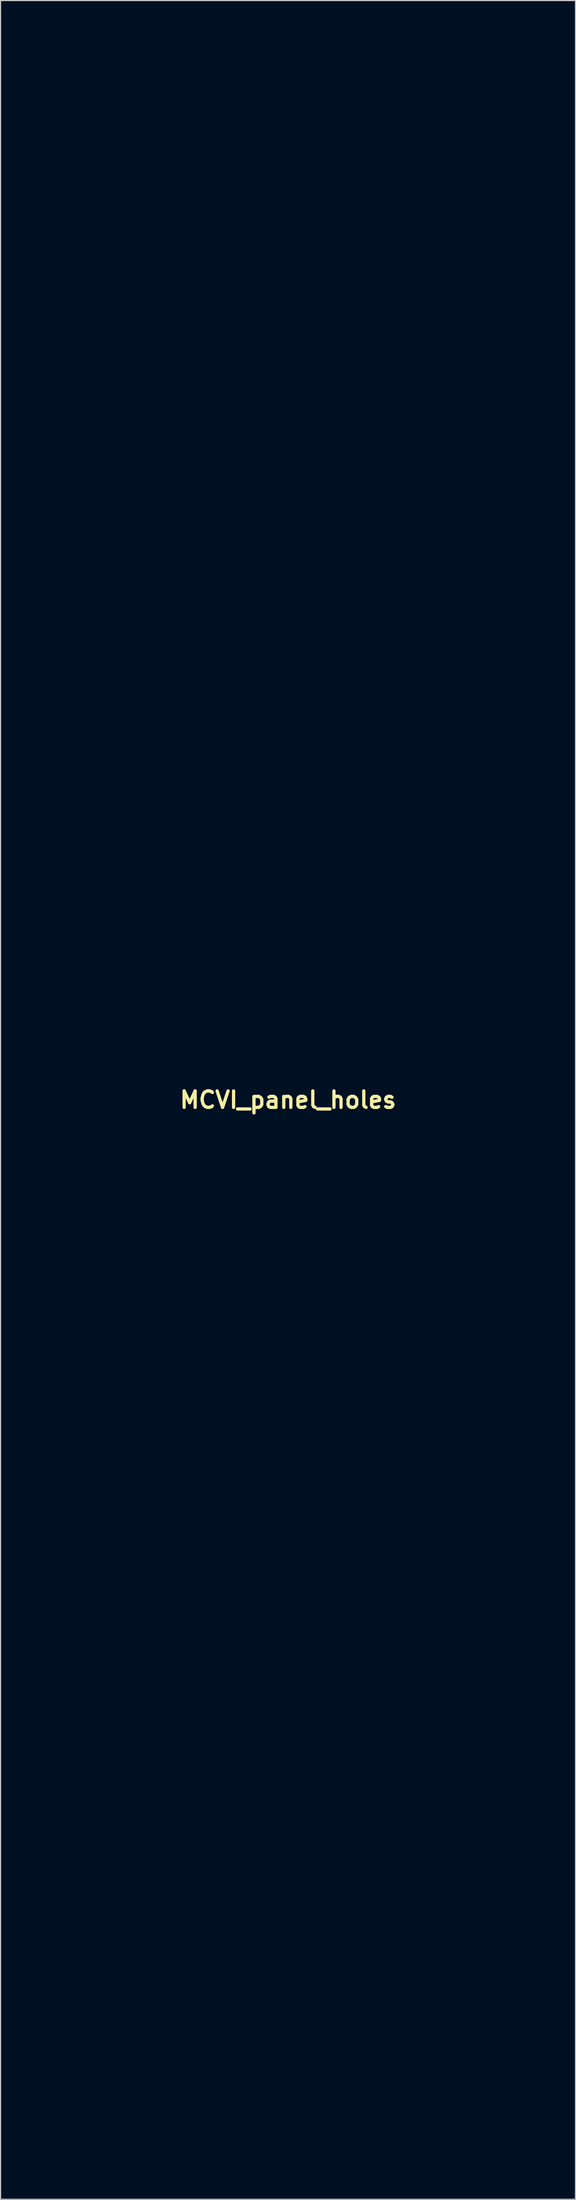
<source format=kicad_pcb>
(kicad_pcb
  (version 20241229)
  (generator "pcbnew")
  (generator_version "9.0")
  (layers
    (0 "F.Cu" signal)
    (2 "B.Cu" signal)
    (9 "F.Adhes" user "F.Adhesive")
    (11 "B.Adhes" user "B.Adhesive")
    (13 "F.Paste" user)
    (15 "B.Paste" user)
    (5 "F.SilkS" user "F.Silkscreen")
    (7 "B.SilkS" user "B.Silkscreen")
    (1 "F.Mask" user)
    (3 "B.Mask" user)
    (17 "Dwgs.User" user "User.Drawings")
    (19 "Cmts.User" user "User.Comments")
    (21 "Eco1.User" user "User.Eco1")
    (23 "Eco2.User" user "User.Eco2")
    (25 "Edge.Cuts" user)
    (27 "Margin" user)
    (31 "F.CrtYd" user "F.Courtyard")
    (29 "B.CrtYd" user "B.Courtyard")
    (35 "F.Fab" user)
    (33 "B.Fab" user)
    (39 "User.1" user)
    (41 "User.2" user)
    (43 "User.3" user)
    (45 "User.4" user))
  (footprint "MCVI_panel_holes"
    (layer "F.Cu")
    (at 23.602 98.606)
    (property "Reference" "MCVI_panel_holes" (at 0 0 0) (layer "F.SilkS") (effects (font (size 1.524 1.524) (thickness 0.3))))
    (attr through_hole)
    (fp_poly (pts (xy 20.963 -7.955) (xy 21.031 -7.884) (xy 21.031 7.884) (xy 20.963 7.955) (xy 20.895 8.026) (xy 9.239 8.026) (xy 9.033 7.827) (xy 8.984 7.78) (xy 8.901 7.701) (xy 8.787 7.592) (xy 8.645 7.457) (xy 8.479 7.299) (xy 8.292 7.12) (xy 8.086 6.924) (xy 7.864 6.713) (xy 7.63 6.491) (xy 7.387 6.259) (xy 7.176 6.058) (xy 6.925 5.82) (xy 6.68 5.586) (xy 6.443 5.361) (xy 6.218 5.147) (xy 6.008 4.946) (xy 5.816 4.763) (xy 5.646 4.601) (xy 5.501 4.461) (xy 5.383 4.348) (xy 5.296 4.265) (xy 5.251 4.222) (xy 4.978 3.955) (xy 4.978 -7.747) (xy 5.232 -7.747) (xy 5.232 3.825) (xy 9.349 7.747) (xy 20.752 7.747) (xy 20.752 -7.747) (xy 5.232 -7.747) (xy 4.978 -7.747) (xy 4.978 -7.916) (xy 5.037 -7.971) (xy 5.096 -8.026) (xy 20.895 -8.026) (xy 20.963 -7.955)) (stroke (width 0.01) (type solid)) (fill no) (layer "Eco1.User"))
    (fp_poly (pts (xy 20.963 17.038) (xy 21.031 17.11) (xy 21.031 32.886) (xy 20.979 32.953) (xy 20.926 33.02) (xy 9.241 33.02) (xy 9.085 32.872) (xy 8.976 32.769) (xy 8.84 32.641) (xy 8.681 32.49) (xy 8.502 32.32) (xy 8.305 32.133) (xy 8.093 31.932) (xy 7.87 31.72) (xy 7.638 31.499) (xy 7.399 31.272) (xy 7.158 31.042) (xy 6.916 30.812) (xy 6.677 30.585) (xy 6.444 30.363) (xy 6.219 30.149) (xy 6.006 29.946) (xy 5.807 29.756) (xy 5.625 29.583) (xy 5.464 29.429) (xy 5.325 29.296) (xy 5.213 29.189) (xy 5.129 29.108) (xy 5.077 29.058) (xy 5.061 29.042) (xy 4.978 28.957) (xy 4.978 17.247) (xy 5.232 17.247) (xy 5.232 28.825) (xy 7.296 30.794) (xy 9.36 32.763) (xy 15.056 32.764) (xy 20.752 32.766) (xy 20.752 17.247) (xy 5.232 17.247) (xy 4.978 17.247) (xy 4.978 17.078) (xy 5.037 17.022) (xy 5.096 16.967) (xy 20.895 16.967) (xy 20.963 17.038)) (stroke (width 0.01) (type solid)) (fill no) (layer "Eco1.User"))
    (fp_poly (pts (xy -5.034 -7.968) (xy -4.978 -7.909) (xy -4.978 7.916) (xy -5.096 8.026) (xy -16.74 8.026) (xy -16.858 7.918) (xy -16.933 7.849) (xy -17.037 7.752) (xy -17.168 7.629) (xy -17.323 7.482) (xy -17.499 7.316) (xy -17.692 7.132) (xy -17.901 6.934) (xy -18.122 6.724) (xy -18.352 6.504) (xy -18.589 6.279) (xy -18.83 6.049) (xy -19.071 5.819) (xy -19.31 5.59) (xy -19.544 5.366) (xy -19.77 5.15) (xy -19.985 4.943) (xy -20.187 4.75) (xy -20.372 4.572) (xy -20.537 4.412) (xy -20.681 4.273) (xy -20.799 4.159) (xy -20.889 4.07) (xy -20.948 4.012) (xy -20.974 3.985) (xy -20.974 3.984) (xy -21.031 3.904) (xy -21.031 -1.99) (xy -21.031 -7.747) (xy -20.752 -7.747) (xy -20.752 3.833) (xy -16.65 7.745) (xy -5.232 7.747) (xy -5.232 -7.747) (xy -20.752 -7.747) (xy -21.031 -7.747) (xy -21.031 -7.884) (xy -20.963 -7.955) (xy -20.895 -8.026) (xy -12.992 -8.026) (xy -5.089 -8.026) (xy -5.034 -7.968)) (stroke (width 0.01) (type solid)) (fill no) (layer "Eco1.User"))
    (fp_poly (pts (xy -4.978 17.085) (xy -4.978 32.91) (xy -5.037 32.965) (xy -5.096 33.02) (xy -16.758 33.02) (xy -18.879 31) (xy -19.156 30.736) (xy -19.422 30.481) (xy -19.676 30.238) (xy -19.915 30.008) (xy -20.137 29.794) (xy -20.339 29.598) (xy -20.519 29.423) (xy -20.675 29.27) (xy -20.805 29.142) (xy -20.905 29.041) (xy -20.975 28.97) (xy -21.011 28.93) (xy -21.015 28.923) (xy -21.017 28.893) (xy -21.018 28.814) (xy -21.02 28.689) (xy -21.021 28.52) (xy -21.022 28.309) (xy -21.023 28.059) (xy -21.024 27.771) (xy -21.025 27.449) (xy -21.026 27.094) (xy -21.027 26.708) (xy -21.028 26.294) (xy -21.029 25.855) (xy -21.029 25.391) (xy -21.03 24.907) (xy -21.03 24.403) (xy -21.031 23.882) (xy -21.031 23.347) (xy -21.031 22.988) (xy -21.031 17.247) (xy -20.752 17.247) (xy -20.75 23.044) (xy -20.749 28.842) (xy -18.687 30.804) (xy -16.624 32.766) (xy -10.928 32.766) (xy -5.232 32.766) (xy -5.232 17.247) (xy -20.752 17.247) (xy -21.031 17.247) (xy -21.031 17.11) (xy -20.963 17.038) (xy -20.895 16.967) (xy -5.089 16.967) (xy -4.978 17.085)) (stroke (width 0.01) (type solid)) (fill no) (layer "Eco1.User"))
    (fp_poly (pts (xy -11.166 78.4) (xy -11.03 78.419) (xy -10.763 78.491) (xy -10.514 78.607) (xy -10.289 78.761) (xy -10.092 78.949) (xy -9.929 79.165) (xy -9.806 79.405) (xy -9.743 79.595) (xy -9.718 79.738) (xy -9.705 79.911) (xy -9.706 80.093) (xy -9.719 80.264) (xy -9.743 80.398) (xy -9.835 80.659) (xy -9.968 80.895) (xy -10.136 81.102) (xy -10.335 81.278) (xy -10.559 81.42) (xy -10.803 81.524) (xy -11.061 81.587) (xy -11.33 81.605) (xy -11.603 81.577) (xy -11.633 81.571) (xy -11.822 81.513) (xy -12.02 81.424) (xy -12.208 81.313) (xy -12.366 81.191) (xy -12.372 81.185) (xy -12.566 80.973) (xy -12.716 80.741) (xy -12.822 80.494) (xy -12.884 80.237) (xy -12.902 79.975) (xy -12.892 79.883) (xy -12.294 79.883) (xy -12.294 80.137) (xy -11.43 80.137) (xy -11.43 81.001) (xy -11.176 81.001) (xy -11.176 80.137) (xy -10.312 80.137) (xy -10.312 79.883) (xy -11.176 79.883) (xy -11.176 78.991) (xy -11.417 79.007) (xy -11.431 79.883) (xy -12.294 79.883) (xy -12.892 79.883) (xy -12.875 79.713) (xy -12.803 79.457) (xy -12.688 79.212) (xy -12.527 78.982) (xy -12.421 78.866) (xy -12.204 78.683) (xy -11.965 78.543) (xy -11.709 78.448) (xy -11.441 78.4) (xy -11.166 78.4)) (stroke (width 0.01) (type solid)) (fill no) (layer "Eco1.User"))
    (fp_poly (pts (xy 11.506 78.406) (xy 11.74 78.46) (xy 11.986 78.557) (xy 12.014 78.57) (xy 12.246 78.71) (xy 12.448 78.886) (xy 12.617 79.095) (xy 12.749 79.329) (xy 12.842 79.583) (xy 12.891 79.85) (xy 12.896 80.086) (xy 12.857 80.361) (xy 12.774 80.617) (xy 12.652 80.851) (xy 12.494 81.059) (xy 12.307 81.239) (xy 12.093 81.387) (xy 11.858 81.499) (xy 11.606 81.573) (xy 11.342 81.603) (xy 11.07 81.588) (xy 10.962 81.568) (xy 10.697 81.486) (xy 10.452 81.361) (xy 10.233 81.196) (xy 10.045 80.997) (xy 9.891 80.769) (xy 9.779 80.517) (xy 9.743 80.398) (xy 9.718 80.255) (xy 9.705 80.082) (xy 9.706 79.901) (xy 9.707 79.883) (xy 10.312 79.883) (xy 10.312 80.137) (xy 11.176 80.137) (xy 11.176 81.001) (xy 11.43 81.001) (xy 11.43 80.137) (xy 12.294 80.137) (xy 12.294 79.883) (xy 11.431 79.883) (xy 11.424 79.445) (xy 11.417 79.007) (xy 11.176 78.991) (xy 11.176 79.883) (xy 10.312 79.883) (xy 9.707 79.883) (xy 9.719 79.729) (xy 9.743 79.595) (xy 9.834 79.341) (xy 9.968 79.107) (xy 10.14 78.898) (xy 10.344 78.719) (xy 10.574 78.574) (xy 10.826 78.469) (xy 11.024 78.42) (xy 11.271 78.393) (xy 11.506 78.406)) (stroke (width 0.01) (type solid)) (fill no) (layer "Eco1.User"))
    (fp_poly (pts (xy 0.385 47.495) (xy 0.708 47.567) (xy 1.02 47.682) (xy 1.318 47.84) (xy 1.597 48.04) (xy 1.766 48.195) (xy 1.998 48.462) (xy 2.187 48.751) (xy 2.333 49.059) (xy 2.434 49.381) (xy 2.491 49.712) (xy 2.503 50.048) (xy 2.469 50.383) (xy 2.389 50.714) (xy 2.263 51.036) (xy 2.1 51.33) (xy 1.889 51.61) (xy 1.645 51.854) (xy 1.373 52.06) (xy 1.075 52.226) (xy 0.758 52.351) (xy 0.424 52.432) (xy 0.079 52.467) (xy -0.273 52.455) (xy -0.406 52.438) (xy -0.739 52.361) (xy -1.055 52.238) (xy -1.35 52.074) (xy -1.621 51.871) (xy -1.863 51.635) (xy -2.072 51.368) (xy -2.244 51.075) (xy -2.375 50.759) (xy -2.426 50.584) (xy -2.488 50.234) (xy -2.502 49.886) (xy -0.991 49.886) (xy -0.991 50.114) (xy -0.127 50.114) (xy -0.127 50.952) (xy 0.127 50.952) (xy 0.127 50.114) (xy 0.991 50.114) (xy 0.991 49.886) (xy 0.127 49.886) (xy 0.127 48.971) (xy -0.127 48.971) (xy -0.127 49.886) (xy -0.991 49.886) (xy -2.502 49.886) (xy -2.502 49.884) (xy -2.467 49.54) (xy -2.385 49.205) (xy -2.257 48.885) (xy -2.085 48.583) (xy -1.869 48.304) (xy -1.766 48.195) (xy -1.503 47.966) (xy -1.217 47.78) (xy -0.914 47.637) (xy -0.597 47.537) (xy -0.272 47.48) (xy 0.057 47.466) (xy 0.385 47.495)) (stroke (width 0.01) (type solid)) (fill no) (layer "Eco1.User"))
    (fp_poly (pts (xy 20.963 42.032) (xy 21.031 42.103) (xy 21.031 50) (xy 21.031 57.897) (xy 20.963 57.968) (xy 20.895 58.039) (xy 15.102 58.037) (xy 14.562 58.037) (xy 14.036 58.037) (xy 13.525 58.036) (xy 13.032 58.035) (xy 12.559 58.035) (xy 12.108 58.034) (xy 11.682 58.032) (xy 11.282 58.031) (xy 10.911 58.03) (xy 10.572 58.028) (xy 10.267 58.027) (xy 9.997 58.025) (xy 9.766 58.023) (xy 9.575 58.022) (xy 9.427 58.02) (xy 9.324 58.018) (xy 9.268 58.016) (xy 9.258 58.015) (xy 9.235 57.996) (xy 9.178 57.944) (xy 9.089 57.863) (xy 8.973 57.754) (xy 8.831 57.622) (xy 8.667 57.468) (xy 8.483 57.296) (xy 8.283 57.107) (xy 8.068 56.905) (xy 7.843 56.692) (xy 7.609 56.471) (xy 7.371 56.246) (xy 7.13 56.017) (xy 6.889 55.789) (xy 6.651 55.564) (xy 6.42 55.344) (xy 6.198 55.133) (xy 5.988 54.933) (xy 5.793 54.746) (xy 5.615 54.576) (xy 5.458 54.426) (xy 5.324 54.297) (xy 5.216 54.193) (xy 5.138 54.116) (xy 5.099 54.077) (xy 4.978 53.953) (xy 4.978 42.24) (xy 5.232 42.24) (xy 5.234 48.038) (xy 5.236 53.835) (xy 7.298 55.797) (xy 9.36 57.759) (xy 15.056 57.759) (xy 20.752 57.76) (xy 20.752 42.24) (xy 5.232 42.24) (xy 4.978 42.24) (xy 4.978 42.103) (xy 5.047 42.032) (xy 5.115 41.961) (xy 20.895 41.961) (xy 20.963 42.032)) (stroke (width 0.01) (type solid)) (fill no) (layer "Eco1.User"))
    (fp_poly (pts (xy 0.161 22.474) (xy 0.286 22.479) (xy 0.391 22.489) (xy 0.49 22.507) (xy 0.598 22.533) (xy 0.61 22.536) (xy 0.939 22.644) (xy 1.237 22.788) (xy 1.51 22.972) (xy 1.768 23.201) (xy 1.779 23.212) (xy 2.009 23.48) (xy 2.197 23.771) (xy 2.341 24.081) (xy 2.44 24.405) (xy 2.494 24.738) (xy 2.502 25.077) (xy 2.464 25.415) (xy 2.378 25.749) (xy 2.251 26.061) (xy 2.074 26.366) (xy 1.858 26.641) (xy 1.607 26.882) (xy 1.327 27.087) (xy 1.02 27.252) (xy 0.69 27.373) (xy 0.508 27.419) (xy 0.338 27.446) (xy 0.146 27.463) (xy -0.048 27.47) (xy -0.222 27.464) (xy -0.282 27.458) (xy -0.634 27.389) (xy -0.966 27.276) (xy -1.274 27.122) (xy -1.554 26.929) (xy -1.804 26.701) (xy -2.022 26.441) (xy -2.203 26.152) (xy -2.345 25.836) (xy -2.444 25.498) (xy -2.49 25.227) (xy -2.505 24.883) (xy -2.503 24.867) (xy -0.991 24.867) (xy -0.991 25.121) (xy -0.127 25.121) (xy -0.127 25.959) (xy 0.127 25.959) (xy 0.127 25.121) (xy 0.991 25.121) (xy 0.991 24.867) (xy 0.127 24.867) (xy 0.127 23.978) (xy -0.127 23.978) (xy -0.127 24.867) (xy -0.991 24.867) (xy -2.503 24.867) (xy -2.471 24.542) (xy -2.389 24.21) (xy -2.261 23.892) (xy -2.09 23.591) (xy -1.875 23.313) (xy -1.768 23.2) (xy -1.507 22.969) (xy -1.228 22.783) (xy -0.923 22.638) (xy -0.61 22.536) (xy -0.5 22.509) (xy -0.401 22.491) (xy -0.297 22.48) (xy -0.175 22.474) (xy -0.018 22.472) (xy 0 22.472) (xy 0.161 22.474)) (stroke (width 0.01) (type solid)) (fill no) (layer "Eco1.User"))
    (fp_poly (pts (xy 20.066 95.406) (xy 20.369 95.407) (xy 20.654 95.408) (xy 22.339 95.415) (xy 22.522 95.482) (xy 22.783 95.603) (xy 23.015 95.766) (xy 23.214 95.966) (xy 23.38 96.201) (xy 23.508 96.469) (xy 23.536 96.545) (xy 23.567 96.678) (xy 23.583 96.843) (xy 23.587 97.024) (xy 23.576 97.206) (xy 23.553 97.371) (xy 23.528 97.472) (xy 23.42 97.729) (xy 23.27 97.964) (xy 23.083 98.17) (xy 22.863 98.344) (xy 22.615 98.48) (xy 22.479 98.534) (xy 22.445 98.545) (xy 22.412 98.554) (xy 22.375 98.563) (xy 22.331 98.569) (xy 22.276 98.575) (xy 22.205 98.58) (xy 22.114 98.583) (xy 22 98.586) (xy 21.859 98.588) (xy 21.687 98.59) (xy 21.479 98.591) (xy 21.231 98.592) (xy 20.941 98.593) (xy 20.65 98.594) (xy 20.363 98.594) (xy 20.09 98.595) (xy 19.835 98.594) (xy 19.604 98.594) (xy 19.399 98.593) (xy 19.227 98.592) (xy 19.09 98.591) (xy 18.994 98.589) (xy 18.942 98.587) (xy 18.936 98.587) (xy 18.771 98.547) (xy 18.636 98.502) (xy 18.509 98.447) (xy 18.507 98.446) (xy 18.26 98.299) (xy 18.048 98.118) (xy 17.873 97.906) (xy 17.738 97.668) (xy 17.646 97.408) (xy 17.6 97.131) (xy 17.594 97.003) (xy 17.602 96.813) (xy 17.63 96.643) (xy 17.681 96.476) (xy 17.76 96.293) (xy 17.892 96.072) (xy 18.065 95.872) (xy 18.269 95.698) (xy 18.498 95.558) (xy 18.741 95.46) (xy 18.812 95.44) (xy 18.849 95.432) (xy 18.896 95.425) (xy 18.956 95.42) (xy 19.033 95.415) (xy 19.13 95.412) (xy 19.253 95.409) (xy 19.404 95.407) (xy 19.587 95.406) (xy 19.806 95.406) (xy 20.066 95.406)) (stroke (width 0.01) (type solid)) (fill no) (layer "Eco1.User"))
    (fp_poly (pts (xy 20.079 -98.6) (xy 20.389 -98.599) (xy 20.676 -98.598) (xy 21.004 -98.596) (xy 21.287 -98.595) (xy 21.526 -98.593) (xy 21.727 -98.591) (xy 21.893 -98.589) (xy 22.028 -98.586) (xy 22.137 -98.583) (xy 22.223 -98.579) (xy 22.29 -98.574) (xy 22.343 -98.568) (xy 22.385 -98.56) (xy 22.421 -98.552) (xy 22.455 -98.542) (xy 22.479 -98.533) (xy 22.738 -98.419) (xy 22.973 -98.264) (xy 23.178 -98.074) (xy 23.348 -97.853) (xy 23.478 -97.607) (xy 23.528 -97.472) (xy 23.561 -97.328) (xy 23.58 -97.157) (xy 23.587 -96.973) (xy 23.58 -96.795) (xy 23.56 -96.637) (xy 23.536 -96.545) (xy 23.418 -96.269) (xy 23.262 -96.025) (xy 23.071 -95.815) (xy 22.848 -95.643) (xy 22.594 -95.51) (xy 22.522 -95.482) (xy 22.339 -95.415) (xy 20.637 -95.41) (xy 20.291 -95.409) (xy 19.992 -95.409) (xy 19.736 -95.409) (xy 19.52 -95.41) (xy 19.34 -95.411) (xy 19.192 -95.413) (xy 19.074 -95.416) (xy 18.98 -95.42) (xy 18.907 -95.425) (xy 18.852 -95.431) (xy 18.812 -95.438) (xy 18.796 -95.442) (xy 18.553 -95.531) (xy 18.322 -95.661) (xy 18.112 -95.827) (xy 17.931 -96.021) (xy 17.789 -96.236) (xy 17.76 -96.293) (xy 17.68 -96.479) (xy 17.629 -96.647) (xy 17.602 -96.816) (xy 17.594 -97.003) (xy 17.619 -97.282) (xy 17.691 -97.547) (xy 17.807 -97.795) (xy 17.962 -98.02) (xy 18.155 -98.217) (xy 18.381 -98.381) (xy 18.605 -98.495) (xy 18.659 -98.516) (xy 18.712 -98.535) (xy 18.768 -98.551) (xy 18.832 -98.564) (xy 18.906 -98.575) (xy 18.996 -98.583) (xy 19.105 -98.59) (xy 19.237 -98.595) (xy 19.396 -98.598) (xy 19.587 -98.6) (xy 19.814 -98.6) (xy 20.079 -98.6)) (stroke (width 0.01) (type solid)) (fill no) (layer "Eco1.User"))
    (fp_poly (pts (xy -5.047 42.032) (xy -4.978 42.103) (xy -4.978 57.897) (xy -5.115 58.039) (xy -10.908 58.038) (xy -11.578 58.038) (xy -12.199 58.038) (xy -12.772 58.037) (xy -13.299 58.037) (xy -13.781 58.036) (xy -14.221 58.035) (xy -14.619 58.034) (xy -14.978 58.033) (xy -15.298 58.032) (xy -15.582 58.03) (xy -15.831 58.029) (xy -16.046 58.027) (xy -16.23 58.025) (xy -16.383 58.023) (xy -16.508 58.02) (xy -16.605 58.017) (xy -16.677 58.014) (xy -16.724 58.011) (xy -16.75 58.008) (xy -16.754 58.006) (xy -16.781 57.984) (xy -16.841 57.93) (xy -16.932 57.846) (xy -17.051 57.735) (xy -17.195 57.599) (xy -17.361 57.442) (xy -17.547 57.267) (xy -17.749 57.075) (xy -17.966 56.87) (xy -18.193 56.654) (xy -18.428 56.43) (xy -18.669 56.201) (xy -18.912 55.969) (xy -19.155 55.737) (xy -19.394 55.508) (xy -19.628 55.285) (xy -19.852 55.069) (xy -20.065 54.865) (xy -20.264 54.674) (xy -20.444 54.5) (xy -20.605 54.345) (xy -20.743 54.211) (xy -20.855 54.102) (xy -20.938 54.02) (xy -20.989 53.968) (xy -21.006 53.95) (xy -21.009 53.918) (xy -21.012 53.836) (xy -21.015 53.704) (xy -21.017 53.522) (xy -21.02 53.29) (xy -21.022 53.009) (xy -21.024 52.678) (xy -21.025 52.299) (xy -21.027 51.871) (xy -21.028 51.395) (xy -21.029 50.87) (xy -21.03 50.298) (xy -21.031 49.678) (xy -21.031 49.012) (xy -21.031 48.298) (xy -21.031 48.003) (xy -21.031 42.24) (xy -20.752 42.24) (xy -20.751 53.835) (xy -18.691 55.797) (xy -16.631 57.76) (xy -5.232 57.76) (xy -5.232 42.24) (xy -20.752 42.24) (xy -21.031 42.24) (xy -21.031 42.103) (xy -20.963 42.032) (xy -20.895 41.961) (xy -5.115 41.961) (xy -5.047 42.032)) (stroke (width 0.01) (type solid)) (fill no) (layer "Eco1.User"))
    (fp_poly (pts (xy 0.253 -2.518) (xy 0.473 -2.493) (xy 0.677 -2.448) (xy 0.879 -2.378) (xy 1.062 -2.298) (xy 1.302 -2.171) (xy 1.51 -2.031) (xy 1.705 -1.862) (xy 1.793 -1.774) (xy 2.025 -1.501) (xy 2.211 -1.205) (xy 2.354 -0.884) (xy 2.442 -0.592) (xy 2.471 -0.432) (xy 2.49 -0.243) (xy 2.498 -0.042) (xy 2.496 0.154) (xy 2.482 0.328) (xy 2.467 0.419) (xy 2.369 0.772) (xy 2.228 1.101) (xy 2.047 1.402) (xy 1.828 1.673) (xy 1.573 1.911) (xy 1.286 2.111) (xy 1.105 2.21) (xy 0.914 2.298) (xy 0.741 2.362) (xy 0.571 2.406) (xy 0.388 2.434) (xy 0.178 2.449) (xy 0.064 2.452) (xy -0.076 2.454) (xy -0.201 2.454) (xy -0.302 2.452) (xy -0.367 2.449) (xy -0.381 2.447) (xy -0.747 2.352) (xy -1.085 2.216) (xy -1.393 2.042) (xy -1.668 1.831) (xy -1.909 1.585) (xy -2.114 1.305) (xy -2.22 1.118) (xy -2.342 0.85) (xy -2.426 0.594) (xy -2.477 0.332) (xy -2.497 0.047) (xy -2.498 -0.051) (xy -2.492 -0.127) (xy -0.991 -0.127) (xy -0.991 0.127) (xy -0.127 0.127) (xy -0.127 0.965) (xy 0.127 0.965) (xy 0.127 0.127) (xy 0.991 0.127) (xy 0.991 -0.127) (xy 0.127 -0.127) (xy 0.127 -1.016) (xy -0.127 -1.016) (xy -0.127 -0.127) (xy -0.991 -0.127) (xy -2.492 -0.127) (xy -2.472 -0.409) (xy -2.398 -0.751) (xy -2.278 -1.075) (xy -2.111 -1.378) (xy -1.9 -1.658) (xy -1.735 -1.831) (xy -1.589 -1.965) (xy -1.459 -2.07) (xy -1.328 -2.158) (xy -1.18 -2.24) (xy -1.057 -2.301) (xy -0.844 -2.392) (xy -0.642 -2.457) (xy -0.436 -2.499) (xy -0.209 -2.52) (xy 0 -2.525) (xy 0.253 -2.518)) (stroke (width 0.01) (type solid)) (fill no) (layer "Eco1.User"))
    (fp_poly (pts (xy -20.393 95.398) (xy -20.126 95.399) (xy -19.868 95.401) (xy -19.626 95.405) (xy -19.404 95.409) (xy -19.208 95.414) (xy -19.044 95.421) (xy -18.917 95.428) (xy -18.832 95.436) (xy -18.808 95.441) (xy -18.557 95.529) (xy -18.321 95.661) (xy -18.108 95.828) (xy -17.927 96.025) (xy -17.784 96.246) (xy -17.76 96.293) (xy -17.683 96.472) (xy -17.633 96.631) (xy -17.606 96.792) (xy -17.597 96.974) (xy -17.598 97.012) (xy -17.623 97.299) (xy -17.695 97.566) (xy -17.812 97.811) (xy -17.97 98.032) (xy -18.17 98.225) (xy -18.408 98.39) (xy -18.684 98.522) (xy -18.713 98.534) (xy -18.743 98.545) (xy -18.773 98.554) (xy -18.807 98.562) (xy -18.849 98.569) (xy -18.903 98.575) (xy -18.973 98.579) (xy -19.063 98.583) (xy -19.176 98.586) (xy -19.317 98.588) (xy -19.49 98.59) (xy -19.698 98.592) (xy -19.946 98.593) (xy -20.236 98.594) (xy -20.536 98.595) (xy -20.871 98.596) (xy -21.159 98.597) (xy -21.404 98.597) (xy -21.61 98.597) (xy -21.782 98.596) (xy -21.923 98.594) (xy -22.038 98.592) (xy -22.129 98.588) (xy -22.202 98.584) (xy -22.261 98.579) (xy -22.308 98.572) (xy -22.35 98.564) (xy -22.388 98.554) (xy -22.394 98.553) (xy -22.66 98.457) (xy -22.9 98.321) (xy -23.11 98.148) (xy -23.288 97.944) (xy -23.428 97.712) (xy -23.529 97.458) (xy -23.585 97.186) (xy -23.597 96.991) (xy -23.572 96.717) (xy -23.501 96.455) (xy -23.388 96.211) (xy -23.236 95.989) (xy -23.049 95.795) (xy -22.831 95.633) (xy -22.586 95.509) (xy -22.384 95.442) (xy -22.323 95.433) (xy -22.217 95.425) (xy -22.07 95.418) (xy -21.89 95.412) (xy -21.68 95.407) (xy -21.448 95.403) (xy -21.197 95.401) (xy -20.934 95.399) (xy -20.664 95.398) (xy -20.393 95.398)) (stroke (width 0.01) (type solid)) (fill no) (layer "Eco1.User"))
    (fp_poly (pts (xy 20.979 -32.953) (xy 21.031 -32.886) (xy 21.031 -17.11) (xy 20.895 -16.967) (xy 15.089 -16.968) (xy 14.418 -16.968) (xy 13.797 -16.969) (xy 13.223 -16.969) (xy 12.695 -16.969) (xy 12.212 -16.97) (xy 11.772 -16.971) (xy 11.373 -16.972) (xy 11.013 -16.973) (xy 10.692 -16.974) (xy 10.408 -16.976) (xy 10.159 -16.977) (xy 9.943 -16.979) (xy 9.759 -16.981) (xy 9.605 -16.983) (xy 9.48 -16.986) (xy 9.382 -16.989) (xy 9.31 -16.992) (xy 9.261 -16.995) (xy 9.236 -16.998) (xy 9.231 -17) (xy 9.204 -17.022) (xy 9.144 -17.077) (xy 9.053 -17.161) (xy 8.934 -17.272) (xy 8.79 -17.407) (xy 8.624 -17.564) (xy 8.439 -17.739) (xy 8.237 -17.931) (xy 8.021 -18.135) (xy 7.794 -18.351) (xy 7.56 -18.574) (xy 7.32 -18.803) (xy 7.078 -19.034) (xy 6.836 -19.266) (xy 6.597 -19.494) (xy 6.364 -19.717) (xy 6.141 -19.931) (xy 5.929 -20.135) (xy 5.731 -20.325) (xy 5.551 -20.498) (xy 5.391 -20.653) (xy 5.254 -20.786) (xy 5.143 -20.895) (xy 5.061 -20.976) (xy 5.01 -21.028) (xy 4.994 -21.046) (xy 4.992 -21.075) (xy 4.991 -21.152) (xy 4.99 -21.276) (xy 4.988 -21.444) (xy 4.987 -21.653) (xy 4.986 -21.902) (xy 4.985 -22.188) (xy 4.984 -22.51) (xy 4.983 -22.864) (xy 4.982 -23.249) (xy 4.981 -23.662) (xy 4.98 -24.101) (xy 4.98 -24.564) (xy 4.979 -25.048) (xy 4.979 -25.552) (xy 4.979 -26.073) (xy 4.978 -26.608) (xy 4.978 -26.998) (xy 4.978 -32.766) (xy 5.232 -32.766) (xy 5.233 -21.171) (xy 7.295 -19.209) (xy 9.357 -17.247) (xy 20.752 -17.247) (xy 20.752 -32.766) (xy 5.232 -32.766) (xy 4.978 -32.766) (xy 4.978 -32.91) (xy 5.037 -32.965) (xy 5.096 -33.02) (xy 20.926 -33.02) (xy 20.979 -32.953)) (stroke (width 0.01) (type solid)) (fill no) (layer "Eco1.User"))
    (fp_poly (pts (xy 0.052 -68.498) (xy 0.252 -68.49) (xy 0.442 -68.477) (xy 0.608 -68.458) (xy 0.711 -68.44) (xy 1.121 -68.325) (xy 1.51 -68.164) (xy 1.877 -67.959) (xy 2.216 -67.712) (xy 2.478 -67.475) (xy 2.761 -67.155) (xy 3 -66.811) (xy 3.195 -66.442) (xy 3.346 -66.047) (xy 3.444 -65.672) (xy 3.469 -65.512) (xy 3.485 -65.318) (xy 3.494 -65.104) (xy 3.494 -64.885) (xy 3.486 -64.673) (xy 3.469 -64.484) (xy 3.446 -64.339) (xy 3.331 -63.916) (xy 3.173 -63.52) (xy 2.975 -63.152) (xy 2.74 -62.814) (xy 2.468 -62.509) (xy 2.162 -62.239) (xy 1.824 -62.005) (xy 1.456 -61.81) (xy 1.061 -61.655) (xy 0.737 -61.566) (xy 0.615 -61.544) (xy 0.456 -61.527) (xy 0.273 -61.514) (xy 0.08 -61.505) (xy -0.111 -61.502) (xy -0.285 -61.504) (xy -0.43 -61.512) (xy -0.495 -61.52) (xy -0.91 -61.61) (xy -1.306 -61.745) (xy -1.68 -61.923) (xy -2.029 -62.143) (xy -2.35 -62.4) (xy -2.639 -62.694) (xy -2.893 -63.021) (xy -3.108 -63.38) (xy -3.125 -63.414) (xy -3.29 -63.792) (xy -3.408 -64.186) (xy -3.48 -64.591) (xy -3.503 -65.001) (xy -3.496 -65.126) (xy -2.489 -65.126) (xy -2.489 -64.872) (xy -0.127 -64.872) (xy -0.127 -62.509) (xy 0.127 -62.509) (xy 0.127 -64.872) (xy 2.489 -64.872) (xy 2.489 -65.126) (xy 0.127 -65.126) (xy 0.127 -67.488) (xy -0.127 -67.488) (xy -0.127 -65.126) (xy -2.489 -65.126) (xy -3.496 -65.126) (xy -3.479 -65.411) (xy -3.407 -65.816) (xy -3.328 -66.094) (xy -3.248 -66.318) (xy -3.165 -66.512) (xy -3.071 -66.694) (xy -2.955 -66.884) (xy -2.935 -66.916) (xy -2.686 -67.252) (xy -2.401 -67.553) (xy -2.084 -67.817) (xy -1.739 -68.043) (xy -1.368 -68.227) (xy -0.976 -68.368) (xy -0.566 -68.464) (xy -0.461 -68.48) (xy -0.319 -68.493) (xy -0.144 -68.499) (xy 0.052 -68.498)) (stroke (width 0.01) (type solid)) (fill no) (layer "Eco1.User"))
    (fp_poly (pts (xy -19.586 -98.6) (xy -19.414 -98.599) (xy -19.272 -98.598) (xy -19.157 -98.595) (xy -19.065 -98.591) (xy -18.992 -98.587) (xy -18.933 -98.581) (xy -18.885 -98.574) (xy -18.844 -98.566) (xy -18.834 -98.563) (xy -18.571 -98.476) (xy -18.327 -98.345) (xy -18.11 -98.177) (xy -17.925 -97.977) (xy -17.779 -97.748) (xy -17.77 -97.73) (xy -17.685 -97.537) (xy -17.631 -97.352) (xy -17.604 -97.156) (xy -17.599 -96.99) (xy -17.619 -96.717) (xy -17.68 -96.469) (xy -17.785 -96.239) (xy -17.936 -96.021) (xy -18.072 -95.872) (xy -18.287 -95.686) (xy -18.515 -95.548) (xy -18.762 -95.453) (xy -18.808 -95.441) (xy -18.867 -95.432) (xy -18.971 -95.425) (xy -19.115 -95.419) (xy -19.294 -95.413) (xy -19.502 -95.409) (xy -19.733 -95.405) (xy -19.982 -95.403) (xy -20.244 -95.401) (xy -20.512 -95.401) (xy -20.783 -95.401) (xy -21.05 -95.402) (xy -21.307 -95.404) (xy -21.55 -95.407) (xy -21.773 -95.411) (xy -21.97 -95.416) (xy -22.136 -95.422) (xy -22.266 -95.429) (xy -22.353 -95.437) (xy -22.382 -95.442) (xy -22.632 -95.527) (xy -22.867 -95.657) (xy -23.08 -95.823) (xy -23.262 -96.02) (xy -23.405 -96.241) (xy -23.417 -96.265) (xy -23.488 -96.416) (xy -23.536 -96.547) (xy -23.565 -96.676) (xy -23.58 -96.82) (xy -23.584 -96.99) (xy -23.582 -97.141) (xy -23.574 -97.258) (xy -23.559 -97.356) (xy -23.534 -97.451) (xy -23.528 -97.472) (xy -23.42 -97.729) (xy -23.27 -97.964) (xy -23.083 -98.17) (xy -22.863 -98.344) (xy -22.615 -98.48) (xy -22.479 -98.534) (xy -22.445 -98.545) (xy -22.411 -98.554) (xy -22.374 -98.563) (xy -22.329 -98.57) (xy -22.273 -98.575) (xy -22.2 -98.58) (xy -22.108 -98.584) (xy -21.993 -98.587) (xy -21.85 -98.59) (xy -21.674 -98.592) (xy -21.464 -98.593) (xy -21.213 -98.595) (xy -20.919 -98.596) (xy -20.663 -98.598) (xy -20.328 -98.599) (xy -20.039 -98.6) (xy -19.793 -98.601) (xy -19.586 -98.6)) (stroke (width 0.01) (type solid)) (fill no) (layer "Eco1.User"))
    (fp_poly (pts (xy 13.175 67.503) (xy 13.498 67.548) (xy 13.811 67.634) (xy 14.11 67.76) (xy 14.391 67.923) (xy 14.65 68.121) (xy 14.882 68.354) (xy 15.085 68.619) (xy 15.253 68.915) (xy 15.384 69.24) (xy 15.423 69.367) (xy 15.445 69.456) (xy 15.461 69.539) (xy 15.471 69.628) (xy 15.477 69.733) (xy 15.48 69.868) (xy 15.48 70.015) (xy 15.479 70.179) (xy 15.475 70.303) (xy 15.469 70.401) (xy 15.458 70.482) (xy 15.442 70.559) (xy 15.418 70.643) (xy 15.409 70.675) (xy 15.325 70.92) (xy 15.228 71.134) (xy 15.11 71.338) (xy 15.057 71.418) (xy 14.839 71.69) (xy 14.587 71.93) (xy 14.305 72.132) (xy 14 72.294) (xy 13.677 72.41) (xy 13.663 72.414) (xy 13.566 72.436) (xy 13.444 72.459) (xy 13.31 72.48) (xy 13.177 72.498) (xy 13.061 72.51) (xy 12.975 72.514) (xy 12.954 72.513) (xy 12.912 72.509) (xy 12.834 72.501) (xy 12.737 72.491) (xy 12.718 72.489) (xy 12.379 72.43) (xy 12.061 72.326) (xy 11.766 72.184) (xy 11.496 72.005) (xy 11.253 71.795) (xy 11.041 71.557) (xy 10.86 71.295) (xy 10.713 71.012) (xy 10.602 70.713) (xy 10.529 70.401) (xy 10.496 70.08) (xy 10.502 69.875) (xy 12.014 69.875) (xy 12.014 70.129) (xy 12.878 70.129) (xy 12.878 70.993) (xy 13.132 70.993) (xy 13.132 70.129) (xy 13.995 70.129) (xy 13.995 69.875) (xy 13.132 69.875) (xy 13.132 69.012) (xy 12.878 69.012) (xy 12.878 69.875) (xy 12.014 69.875) (xy 10.502 69.875) (xy 10.506 69.754) (xy 10.56 69.428) (xy 10.662 69.103) (xy 10.732 68.94) (xy 10.853 68.709) (xy 10.986 68.51) (xy 11.144 68.323) (xy 11.269 68.198) (xy 11.415 68.064) (xy 11.544 67.959) (xy 11.671 67.872) (xy 11.811 67.793) (xy 11.856 67.77) (xy 12.182 67.633) (xy 12.512 67.544) (xy 12.845 67.501) (xy 13.175 67.503)) (stroke (width 0.01) (type solid)) (fill no) (layer "Eco1.User"))
    (fp_poly (pts (xy 0.013 -27.518) (xy 0.177 -27.517) (xy 0.301 -27.514) (xy 0.398 -27.508) (xy 0.479 -27.497) (xy 0.556 -27.481) (xy 0.639 -27.458) (xy 0.668 -27.449) (xy 1.019 -27.317) (xy 1.339 -27.147) (xy 1.623 -26.94) (xy 1.873 -26.698) (xy 2.085 -26.422) (xy 2.258 -26.115) (xy 2.391 -25.777) (xy 2.467 -25.489) (xy 2.48 -25.403) (xy 2.489 -25.282) (xy 2.495 -25.143) (xy 2.497 -25.006) (xy 2.493 -24.842) (xy 2.484 -24.709) (xy 2.466 -24.589) (xy 2.438 -24.463) (xy 2.428 -24.424) (xy 2.315 -24.086) (xy 2.159 -23.772) (xy 1.962 -23.485) (xy 1.729 -23.229) (xy 1.463 -23.006) (xy 1.168 -22.821) (xy 0.845 -22.677) (xy 0.622 -22.606) (xy 0.49 -22.579) (xy 0.323 -22.558) (xy 0.139 -22.544) (xy -0.048 -22.538) (xy -0.221 -22.54) (xy -0.366 -22.551) (xy -0.406 -22.557) (xy -0.756 -22.644) (xy -1.085 -22.777) (xy -1.39 -22.955) (xy -1.67 -23.177) (xy -1.803 -23.308) (xy -2.02 -23.562) (xy -2.192 -23.825) (xy -2.326 -24.108) (xy -2.428 -24.424) (xy -2.43 -24.432) (xy -2.461 -24.561) (xy -2.48 -24.681) (xy -2.492 -24.811) (xy -2.496 -24.97) (xy -2.497 -25.006) (xy -2.496 -25.121) (xy -0.991 -25.121) (xy -0.991 -24.867) (xy -0.127 -24.867) (xy -0.127 -24.028) (xy 0.127 -24.028) (xy 0.127 -24.867) (xy 0.991 -24.867) (xy 0.991 -25.121) (xy 0.127 -25.121) (xy 0.127 -26.035) (xy -0.127 -26.035) (xy -0.127 -25.121) (xy -0.991 -25.121) (xy -2.496 -25.121) (xy -2.495 -25.148) (xy -2.489 -25.286) (xy -2.479 -25.406) (xy -2.467 -25.489) (xy -2.367 -25.848) (xy -2.226 -26.179) (xy -2.044 -26.479) (xy -1.824 -26.748) (xy -1.568 -26.983) (xy -1.275 -27.183) (xy -0.949 -27.347) (xy -0.591 -27.472) (xy -0.584 -27.474) (xy -0.506 -27.492) (xy -0.419 -27.505) (xy -0.314 -27.513) (xy -0.179 -27.518) (xy -0.005 -27.519) (xy 0.013 -27.518)) (stroke (width 0.01) (type solid)) (fill no) (layer "Eco1.User"))
    (fp_poly (pts (xy -5.034 -32.961) (xy -4.978 -32.902) (xy -4.978 -24.99) (xy -4.978 -17.078) (xy -5.037 -17.022) (xy -5.096 -16.967) (xy -10.898 -16.969) (xy -11.438 -16.969) (xy -11.965 -16.97) (xy -12.476 -16.97) (xy -12.969 -16.971) (xy -13.442 -16.972) (xy -13.893 -16.972) (xy -14.32 -16.973) (xy -14.719 -16.974) (xy -15.09 -16.976) (xy -15.429 -16.977) (xy -15.735 -16.978) (xy -16.004 -16.98) (xy -16.235 -16.981) (xy -16.426 -16.982) (xy -16.574 -16.984) (xy -16.678 -16.986) (xy -16.733 -16.987) (xy -16.743 -16.988) (xy -16.768 -17.008) (xy -16.826 -17.06) (xy -16.915 -17.142) (xy -17.033 -17.251) (xy -17.176 -17.385) (xy -17.341 -17.54) (xy -17.526 -17.714) (xy -17.727 -17.905) (xy -17.943 -18.109) (xy -18.17 -18.323) (xy -18.404 -18.546) (xy -18.645 -18.775) (xy -18.888 -19.006) (xy -19.13 -19.237) (xy -19.37 -19.465) (xy -19.603 -19.688) (xy -19.828 -19.903) (xy -20.041 -20.108) (xy -20.24 -20.298) (xy -20.421 -20.473) (xy -20.583 -20.628) (xy -20.721 -20.763) (xy -20.833 -20.872) (xy -20.917 -20.955) (xy -20.969 -21.008) (xy -20.987 -21.027) (xy -20.991 -21.037) (xy -20.996 -21.051) (xy -21 -21.071) (xy -21.004 -21.1) (xy -21.007 -21.139) (xy -21.011 -21.19) (xy -21.013 -21.256) (xy -21.016 -21.338) (xy -21.018 -21.438) (xy -21.02 -21.558) (xy -21.022 -21.701) (xy -21.024 -21.867) (xy -21.025 -22.059) (xy -21.026 -22.278) (xy -21.027 -22.528) (xy -21.028 -22.809) (xy -21.029 -23.124) (xy -21.03 -23.475) (xy -21.03 -23.863) (xy -21.03 -24.29) (xy -21.031 -24.759) (xy -21.031 -25.271) (xy -21.031 -25.828) (xy -21.031 -26.433) (xy -21.031 -26.99) (xy -21.031 -32.766) (xy -20.752 -32.766) (xy -20.752 -21.166) (xy -18.701 -19.208) (xy -16.65 -17.25) (xy -10.941 -17.249) (xy -5.232 -17.247) (xy -5.232 -32.766) (xy -20.752 -32.766) (xy -21.031 -32.766) (xy -21.031 -32.886) (xy -20.979 -32.953) (xy -20.926 -33.02) (xy -5.089 -33.02) (xy -5.034 -32.961)) (stroke (width 0.01) (type solid)) (fill no) (layer "Eco1.User"))
    (fp_poly (pts (xy 13.653 -5.469) (xy 14.148 -5.386) (xy 14.631 -5.259) (xy 15.1 -5.09) (xy 15.551 -4.879) (xy 15.982 -4.628) (xy 16.389 -4.338) (xy 16.771 -4.011) (xy 17.123 -3.648) (xy 17.443 -3.251) (xy 17.728 -2.819) (xy 17.918 -2.472) (xy 18.128 -2.002) (xy 18.29 -1.526) (xy 18.405 -1.038) (xy 18.473 -0.535) (xy 18.496 -0.013) (xy 18.475 0.51) (xy 18.411 1.01) (xy 18.302 1.491) (xy 18.147 1.96) (xy 17.945 2.419) (xy 17.838 2.625) (xy 17.564 3.076) (xy 17.253 3.495) (xy 16.906 3.88) (xy 16.528 4.228) (xy 16.119 4.539) (xy 15.684 4.809) (xy 15.224 5.039) (xy 14.743 5.225) (xy 14.243 5.366) (xy 13.726 5.46) (xy 13.5 5.486) (xy 13.328 5.498) (xy 13.131 5.505) (xy 12.928 5.507) (xy 12.737 5.504) (xy 12.576 5.496) (xy 12.56 5.494) (xy 12.031 5.423) (xy 11.518 5.305) (xy 11.023 5.141) (xy 10.549 4.933) (xy 10.098 4.683) (xy 9.673 4.391) (xy 9.276 4.06) (xy 8.91 3.692) (xy 8.578 3.287) (xy 8.281 2.847) (xy 8.24 2.777) (xy 8.003 2.327) (xy 7.811 1.857) (xy 7.664 1.372) (xy 7.563 0.877) (xy 7.506 0.374) (xy 7.495 -0.126) (xy 10.49 -0.126) (xy 10.49 0.126) (xy 11.678 0.133) (xy 12.865 0.14) (xy 12.872 1.314) (xy 12.878 2.489) (xy 13.132 2.489) (xy 13.132 0.127) (xy 15.494 0.127) (xy 15.494 -0.127) (xy 13.132 -0.127) (xy 13.132 -2.489) (xy 12.878 -2.489) (xy 12.872 -1.314) (xy 12.865 -0.14) (xy 10.49 -0.126) (xy 7.495 -0.126) (xy 7.495 -0.131) (xy 7.529 -0.634) (xy 7.608 -1.133) (xy 7.732 -1.622) (xy 7.901 -2.098) (xy 8.116 -2.557) (xy 8.234 -2.769) (xy 8.526 -3.215) (xy 8.855 -3.628) (xy 9.216 -4.005) (xy 9.61 -4.344) (xy 10.032 -4.643) (xy 10.48 -4.901) (xy 10.953 -5.116) (xy 11.448 -5.287) (xy 11.615 -5.333) (xy 12.127 -5.439) (xy 12.64 -5.497) (xy 13.149 -5.506) (xy 13.653 -5.469)) (stroke (width 0.01) (type solid)) (fill no) (layer "Eco1.User"))
    (fp_poly (pts (xy 13.342 -30.496) (xy 13.869 -30.438) (xy 14.127 -30.391) (xy 14.476 -30.305) (xy 14.841 -30.185) (xy 15.207 -30.04) (xy 15.559 -29.874) (xy 15.882 -29.695) (xy 16.027 -29.603) (xy 16.451 -29.29) (xy 16.842 -28.942) (xy 17.196 -28.562) (xy 17.512 -28.152) (xy 17.788 -27.717) (xy 18.021 -27.259) (xy 18.209 -26.78) (xy 18.339 -26.335) (xy 18.407 -26.024) (xy 18.455 -25.729) (xy 18.483 -25.432) (xy 18.496 -25.113) (xy 18.496 -24.981) (xy 18.476 -24.486) (xy 18.416 -24.015) (xy 18.315 -23.56) (xy 18.169 -23.111) (xy 17.977 -22.658) (xy 17.934 -22.568) (xy 17.682 -22.11) (xy 17.39 -21.682) (xy 17.062 -21.286) (xy 16.699 -20.924) (xy 16.305 -20.597) (xy 15.883 -20.309) (xy 15.436 -20.06) (xy 14.965 -19.854) (xy 14.475 -19.692) (xy 13.968 -19.576) (xy 13.792 -19.547) (xy 13.606 -19.526) (xy 13.39 -19.509) (xy 13.161 -19.499) (xy 12.934 -19.494) (xy 12.724 -19.497) (xy 12.547 -19.506) (xy 12.526 -19.508) (xy 11.989 -19.584) (xy 11.471 -19.707) (xy 10.974 -19.876) (xy 10.498 -20.091) (xy 10.043 -20.352) (xy 9.952 -20.412) (xy 9.53 -20.724) (xy 9.141 -21.071) (xy 8.789 -21.451) (xy 8.474 -21.861) (xy 8.199 -22.297) (xy 7.967 -22.756) (xy 7.778 -23.236) (xy 7.636 -23.732) (xy 7.597 -23.914) (xy 7.519 -24.436) (xy 7.49 -24.957) (xy 7.498 -25.146) (xy 10.49 -25.146) (xy 10.49 -24.867) (xy 12.878 -24.867) (xy 12.878 -22.504) (xy 13.132 -22.504) (xy 13.132 -24.867) (xy 15.494 -24.867) (xy 15.494 -25.146) (xy 13.132 -25.146) (xy 13.132 -27.508) (xy 12.878 -27.508) (xy 12.878 -25.146) (xy 10.49 -25.146) (xy 7.498 -25.146) (xy 7.511 -25.474) (xy 7.578 -25.984) (xy 7.693 -26.483) (xy 7.854 -26.969) (xy 8.059 -27.438) (xy 8.308 -27.888) (xy 8.601 -28.315) (xy 8.935 -28.716) (xy 9.105 -28.893) (xy 9.498 -29.25) (xy 9.918 -29.565) (xy 10.36 -29.836) (xy 10.822 -30.062) (xy 11.302 -30.243) (xy 11.796 -30.378) (xy 12.303 -30.465) (xy 12.819 -30.505) (xy 13.342 -30.496)) (stroke (width 0.01) (type solid)) (fill no) (layer "Eco1.User"))
    (fp_poly (pts (xy -12.546 -30.484) (xy -12.211 -30.45) (xy -11.913 -30.401) (xy -11.403 -30.273) (xy -10.916 -30.1) (xy -10.453 -29.886) (xy -10.016 -29.633) (xy -9.606 -29.343) (xy -9.227 -29.018) (xy -8.88 -28.662) (xy -8.567 -28.276) (xy -8.289 -27.863) (xy -8.05 -27.426) (xy -7.851 -26.966) (xy -7.694 -26.487) (xy -7.58 -25.99) (xy -7.513 -25.479) (xy -7.493 -25.007) (xy -7.518 -24.472) (xy -7.592 -23.95) (xy -7.715 -23.442) (xy -7.886 -22.949) (xy -8.105 -22.472) (xy -8.371 -22.013) (xy -8.593 -21.692) (xy -8.915 -21.3) (xy -9.274 -20.94) (xy -9.667 -20.614) (xy -10.089 -20.325) (xy -10.537 -20.076) (xy -11.006 -19.867) (xy -11.494 -19.702) (xy -11.995 -19.584) (xy -12.218 -19.546) (xy -12.352 -19.531) (xy -12.516 -19.517) (xy -12.696 -19.505) (xy -12.881 -19.497) (xy -13.056 -19.492) (xy -13.208 -19.492) (xy -13.324 -19.496) (xy -13.335 -19.497) (xy -13.837 -19.556) (xy -14.307 -19.65) (xy -14.753 -19.779) (xy -15.185 -19.945) (xy -15.454 -20.072) (xy -15.919 -20.332) (xy -16.352 -20.632) (xy -16.751 -20.968) (xy -17.113 -21.34) (xy -17.44 -21.747) (xy -17.728 -22.188) (xy -17.933 -22.568) (xy -18.134 -23.019) (xy -18.288 -23.465) (xy -18.398 -23.914) (xy -18.466 -24.377) (xy -18.494 -24.864) (xy -18.495 -24.994) (xy -18.491 -25.121) (xy -15.494 -25.121) (xy -15.494 -24.867) (xy -13.132 -24.867) (xy -13.132 -22.504) (xy -12.878 -22.504) (xy -12.878 -24.867) (xy -10.49 -24.867) (xy -10.49 -25.12) (xy -12.865 -25.133) (xy -12.872 -26.321) (xy -12.878 -27.508) (xy -13.132 -27.508) (xy -13.132 -25.121) (xy -15.494 -25.121) (xy -18.491 -25.121) (xy -18.477 -25.482) (xy -18.422 -25.943) (xy -18.329 -26.388) (xy -18.194 -26.826) (xy -18.016 -27.269) (xy -18.015 -27.272) (xy -17.798 -27.701) (xy -17.546 -28.105) (xy -17.252 -28.49) (xy -16.913 -28.861) (xy -16.881 -28.894) (xy -16.483 -29.256) (xy -16.063 -29.573) (xy -15.62 -29.845) (xy -15.153 -30.071) (xy -14.663 -30.252) (xy -14.15 -30.389) (xy -13.868 -30.443) (xy -13.571 -30.48) (xy -13.241 -30.499) (xy -12.894 -30.5) (xy -12.546 -30.484)) (stroke (width 0.01) (type solid)) (fill no) (layer "Eco1.User"))
    (fp_poly (pts (xy 13.295 19.498) (xy 13.663 19.528) (xy 13.767 19.542) (xy 14.3 19.647) (xy 14.81 19.798) (xy 15.298 19.994) (xy 15.761 20.234) (xy 16.201 20.52) (xy 16.615 20.849) (xy 16.904 21.119) (xy 17.257 21.508) (xy 17.568 21.926) (xy 17.837 22.37) (xy 18.063 22.841) (xy 18.245 23.334) (xy 18.382 23.85) (xy 18.454 24.244) (xy 18.476 24.44) (xy 18.49 24.671) (xy 18.496 24.922) (xy 18.494 25.178) (xy 18.485 25.422) (xy 18.467 25.641) (xy 18.456 25.732) (xy 18.357 26.262) (xy 18.212 26.771) (xy 18.021 27.258) (xy 17.785 27.723) (xy 17.504 28.163) (xy 17.179 28.58) (xy 16.959 28.821) (xy 16.574 29.185) (xy 16.16 29.507) (xy 15.718 29.788) (xy 15.252 30.025) (xy 14.763 30.218) (xy 14.252 30.365) (xy 13.868 30.443) (xy 13.718 30.462) (xy 13.53 30.477) (xy 13.316 30.488) (xy 13.09 30.494) (xy 12.864 30.495) (xy 12.65 30.491) (xy 12.462 30.482) (xy 12.319 30.468) (xy 11.786 30.374) (xy 11.276 30.234) (xy 10.787 30.048) (xy 10.322 29.818) (xy 9.881 29.542) (xy 9.464 29.223) (xy 9.106 28.893) (xy 8.745 28.496) (xy 8.428 28.075) (xy 8.156 27.631) (xy 7.93 27.166) (xy 7.75 26.682) (xy 7.617 26.179) (xy 7.531 25.661) (xy 7.495 25.129) (xy 7.493 24.994) (xy 7.499 24.867) (xy 10.49 24.867) (xy 10.49 25.146) (xy 12.878 25.146) (xy 12.878 27.508) (xy 13.132 27.508) (xy 13.132 25.146) (xy 15.494 25.146) (xy 15.494 24.867) (xy 13.132 24.867) (xy 13.132 22.504) (xy 12.878 22.504) (xy 12.878 24.867) (xy 10.49 24.867) (xy 7.499 24.867) (xy 7.518 24.467) (xy 7.591 23.952) (xy 7.712 23.451) (xy 7.879 22.965) (xy 8.089 22.499) (xy 8.343 22.054) (xy 8.639 21.634) (xy 8.974 21.24) (xy 9.348 20.876) (xy 9.759 20.544) (xy 10.008 20.371) (xy 10.306 20.193) (xy 10.639 20.025) (xy 10.99 19.873) (xy 11.343 19.745) (xy 11.683 19.648) (xy 11.722 19.639) (xy 12.102 19.566) (xy 12.5 19.518) (xy 12.903 19.495) (xy 13.295 19.498)) (stroke (width 0.01) (type solid)) (fill no) (layer "Eco1.User"))
    (fp_poly (pts (xy -12.349 19.529) (xy -11.898 19.605) (xy -11.449 19.717) (xy -11.015 19.861) (xy -10.605 20.037) (xy -10.57 20.055) (xy -10.196 20.255) (xy -9.857 20.472) (xy -9.537 20.716) (xy -9.221 20.997) (xy -9.173 21.043) (xy -8.821 21.414) (xy -8.514 21.797) (xy -8.251 22.199) (xy -8.026 22.626) (xy -7.836 23.084) (xy -7.773 23.265) (xy -7.647 23.698) (xy -7.56 24.121) (xy -7.51 24.549) (xy -7.494 25) (xy -7.494 25.006) (xy -7.52 25.539) (xy -7.594 26.059) (xy -7.716 26.565) (xy -7.885 27.054) (xy -8.1 27.525) (xy -8.36 27.974) (xy -8.665 28.399) (xy -9.012 28.799) (xy -9.105 28.894) (xy -9.499 29.253) (xy -9.919 29.569) (xy -10.364 29.84) (xy -10.832 30.067) (xy -11.321 30.248) (xy -11.83 30.383) (xy -12.344 30.469) (xy -12.474 30.48) (xy -12.638 30.49) (xy -12.822 30.496) (xy -13.013 30.5) (xy -13.197 30.5) (xy -13.36 30.497) (xy -13.49 30.49) (xy -13.513 30.488) (xy -14.028 30.413) (xy -14.527 30.291) (xy -15.009 30.124) (xy -15.471 29.916) (xy -15.91 29.669) (xy -16.323 29.384) (xy -16.708 29.064) (xy -17.063 28.711) (xy -17.385 28.327) (xy -17.671 27.916) (xy -17.919 27.478) (xy -18.126 27.016) (xy -18.289 26.533) (xy -18.367 26.228) (xy -18.429 25.889) (xy -18.472 25.528) (xy -18.495 25.159) (xy -18.497 24.867) (xy -15.494 24.867) (xy -15.494 25.121) (xy -13.132 25.121) (xy -13.132 27.508) (xy -12.878 27.508) (xy -12.872 26.321) (xy -12.865 25.133) (xy -11.678 25.127) (xy -10.49 25.12) (xy -10.49 24.867) (xy -12.878 24.867) (xy -12.878 22.504) (xy -13.132 22.504) (xy -13.132 24.867) (xy -15.494 24.867) (xy -18.497 24.867) (xy -18.498 24.796) (xy -18.479 24.454) (xy -18.455 24.244) (xy -18.353 23.72) (xy -18.205 23.215) (xy -18.013 22.731) (xy -17.78 22.271) (xy -17.505 21.836) (xy -17.193 21.431) (xy -16.843 21.056) (xy -16.459 20.715) (xy -16.041 20.41) (xy -15.591 20.143) (xy -15.53 20.111) (xy -15.074 19.9) (xy -14.614 19.734) (xy -14.143 19.612) (xy -13.653 19.531) (xy -13.221 19.493) (xy -12.794 19.491) (xy -12.349 19.529)) (stroke (width 0.01) (type solid)) (fill no) (layer "Eco1.User"))
    (fp_poly (pts (xy -12.648 -5.497) (xy -12.182 -5.448) (xy -11.67 -5.347) (xy -11.177 -5.201) (xy -10.705 -5.011) (xy -10.256 -4.78) (xy -9.833 -4.51) (xy -9.437 -4.204) (xy -9.072 -3.864) (xy -8.738 -3.492) (xy -8.439 -3.091) (xy -8.177 -2.663) (xy -7.954 -2.21) (xy -7.771 -1.735) (xy -7.632 -1.24) (xy -7.538 -0.726) (xy -7.517 -0.547) (xy -7.504 -0.355) (xy -7.498 -0.132) (xy -7.499 0.107) (xy -7.508 0.349) (xy -7.522 0.577) (xy -7.543 0.777) (xy -7.556 0.864) (xy -7.661 1.361) (xy -7.808 1.843) (xy -7.992 2.302) (xy -8.211 2.731) (xy -8.293 2.869) (xy -8.596 3.31) (xy -8.934 3.716) (xy -9.304 4.085) (xy -9.704 4.415) (xy -10.133 4.706) (xy -10.587 4.954) (xy -11.064 5.159) (xy -11.562 5.319) (xy -12.078 5.433) (xy -12.167 5.448) (xy -12.279 5.461) (xy -12.427 5.474) (xy -12.598 5.484) (xy -12.781 5.493) (xy -12.966 5.5) (xy -13.139 5.503) (xy -13.291 5.503) (xy -13.409 5.499) (xy -13.449 5.496) (xy -13.999 5.416) (xy -14.522 5.292) (xy -15.021 5.124) (xy -15.494 4.912) (xy -15.942 4.655) (xy -16.366 4.355) (xy -16.767 4.009) (xy -16.868 3.912) (xy -17.055 3.721) (xy -17.213 3.546) (xy -17.354 3.372) (xy -17.492 3.184) (xy -17.611 3.007) (xy -17.878 2.553) (xy -18.098 2.081) (xy -18.27 1.592) (xy -18.394 1.088) (xy -18.47 0.567) (xy -18.497 0.033) (xy -18.497 0) (xy -18.491 -0.127) (xy -15.494 -0.127) (xy -15.494 0.127) (xy -13.132 0.127) (xy -13.132 2.489) (xy -12.878 2.489) (xy -12.865 0.14) (xy -11.678 0.133) (xy -10.49 0.126) (xy -10.49 -0.126) (xy -12.865 -0.14) (xy -12.878 -2.489) (xy -13.132 -2.489) (xy -13.132 -0.127) (xy -15.494 -0.127) (xy -18.491 -0.127) (xy -18.473 -0.537) (xy -18.4 -1.058) (xy -18.279 -1.564) (xy -18.112 -2.052) (xy -17.897 -2.52) (xy -17.636 -2.968) (xy -17.33 -3.395) (xy -16.979 -3.798) (xy -16.88 -3.9) (xy -16.49 -4.254) (xy -16.073 -4.566) (xy -15.631 -4.836) (xy -15.169 -5.061) (xy -14.689 -5.242) (xy -14.193 -5.377) (xy -13.686 -5.466) (xy -13.17 -5.506) (xy -12.648 -5.497)) (stroke (width 0.01) (type solid)) (fill no) (layer "Eco1.User"))
    (fp_poly (pts (xy 13.253 44.508) (xy 13.509 44.521) (xy 13.743 44.542) (xy 13.942 44.571) (xy 13.957 44.574) (xy 14.308 44.649) (xy 14.63 44.738) (xy 14.941 44.845) (xy 15.004 44.869) (xy 15.481 45.083) (xy 15.932 45.338) (xy 16.355 45.634) (xy 16.747 45.966) (xy 17.105 46.333) (xy 17.429 46.731) (xy 17.715 47.159) (xy 17.96 47.612) (xy 18.163 48.09) (xy 18.322 48.589) (xy 18.329 48.616) (xy 18.434 49.119) (xy 18.49 49.632) (xy 18.499 50.148) (xy 18.46 50.664) (xy 18.374 51.175) (xy 18.241 51.675) (xy 18.061 52.16) (xy 17.947 52.413) (xy 17.737 52.805) (xy 17.505 53.166) (xy 17.24 53.508) (xy 16.935 53.843) (xy 16.909 53.869) (xy 16.552 54.203) (xy 16.182 54.493) (xy 15.79 54.747) (xy 15.431 54.94) (xy 15.013 55.126) (xy 14.585 55.275) (xy 14.132 55.392) (xy 13.906 55.437) (xy 13.774 55.456) (xy 13.601 55.47) (xy 13.401 55.481) (xy 13.183 55.488) (xy 12.958 55.491) (xy 12.739 55.489) (xy 12.536 55.483) (xy 12.36 55.472) (xy 12.243 55.46) (xy 11.726 55.363) (xy 11.225 55.218) (xy 10.742 55.026) (xy 10.279 54.79) (xy 9.839 54.509) (xy 9.425 54.186) (xy 9.129 53.912) (xy 8.862 53.632) (xy 8.631 53.36) (xy 8.429 53.082) (xy 8.246 52.784) (xy 8.072 52.455) (xy 8.051 52.413) (xy 7.893 52.064) (xy 7.765 51.726) (xy 7.663 51.381) (xy 7.58 51.011) (xy 7.552 50.862) (xy 7.533 50.717) (xy 7.519 50.532) (xy 7.51 50.32) (xy 7.505 50.092) (xy 7.506 49.86) (xy 10.49 49.86) (xy 10.49 50.14) (xy 12.878 50.14) (xy 12.878 52.502) (xy 13.132 52.502) (xy 13.132 50.14) (xy 15.494 50.14) (xy 15.494 49.86) (xy 13.132 49.86) (xy 13.132 47.498) (xy 12.878 47.498) (xy 12.878 49.86) (xy 10.49 49.86) (xy 7.506 49.86) (xy 7.506 49.859) (xy 7.511 49.633) (xy 7.522 49.425) (xy 7.537 49.247) (xy 7.552 49.136) (xy 7.669 48.606) (xy 7.832 48.094) (xy 8.039 47.604) (xy 8.291 47.137) (xy 8.585 46.698) (xy 8.68 46.573) (xy 8.791 46.441) (xy 8.932 46.289) (xy 9.092 46.126) (xy 9.26 45.964) (xy 9.426 45.812) (xy 9.579 45.68) (xy 9.677 45.603) (xy 10.123 45.301) (xy 10.586 45.046) (xy 11.068 44.839) (xy 11.568 44.68) (xy 12.086 44.567) (xy 12.278 44.538) (xy 12.487 44.518) (xy 12.728 44.506) (xy 12.988 44.503) (xy 13.253 44.508)) (stroke (width 0.01) (type solid)) (fill no) (layer "Eco1.User"))
    (fp_poly (pts (xy -12.578 44.512) (xy -12.342 44.53) (xy -12.114 44.56) (xy -11.881 44.604) (xy -11.719 44.64) (xy -11.221 44.784) (xy -10.743 44.973) (xy -10.287 45.205) (xy -9.856 45.476) (xy -9.453 45.785) (xy -9.08 46.129) (xy -8.74 46.505) (xy -8.435 46.911) (xy -8.169 47.345) (xy -7.943 47.803) (xy -7.761 48.283) (xy -7.683 48.546) (xy -7.626 48.766) (xy -7.583 48.964) (xy -7.551 49.151) (xy -7.529 49.342) (xy -7.515 49.548) (xy -7.509 49.782) (xy -7.507 50) (xy -7.509 50.244) (xy -7.514 50.449) (xy -7.525 50.628) (xy -7.542 50.791) (xy -7.568 50.951) (xy -7.603 51.12) (xy -7.649 51.31) (xy -7.674 51.41) (xy -7.83 51.907) (xy -8.031 52.381) (xy -8.272 52.831) (xy -8.554 53.255) (xy -8.872 53.649) (xy -9.224 54.012) (xy -9.609 54.341) (xy -10.023 54.635) (xy -10.464 54.89) (xy -10.93 55.105) (xy -11.418 55.278) (xy -11.926 55.406) (xy -12.04 55.427) (xy -12.16 55.447) (xy -12.283 55.462) (xy -12.42 55.473) (xy -12.58 55.48) (xy -12.774 55.485) (xy -12.916 55.487) (xy -13.088 55.489) (xy -13.246 55.489) (xy -13.383 55.489) (xy -13.49 55.487) (xy -13.559 55.485) (xy -13.576 55.483) (xy -14.056 55.401) (xy -14.497 55.297) (xy -14.907 55.167) (xy -15.293 55.01) (xy -15.664 54.821) (xy -16.027 54.599) (xy -16.031 54.596) (xy -16.458 54.282) (xy -16.85 53.933) (xy -17.204 53.551) (xy -17.52 53.139) (xy -17.795 52.7) (xy -18.028 52.236) (xy -18.217 51.75) (xy -18.361 51.245) (xy -18.459 50.723) (xy -18.467 50.66) (xy -18.48 50.515) (xy -18.489 50.333) (xy -18.494 50.128) (xy -18.495 49.915) (xy -18.494 49.86) (xy -15.494 49.86) (xy -15.494 50.14) (xy -13.132 50.14) (xy -13.132 52.502) (xy -12.878 52.502) (xy -12.878 50.14) (xy -10.503 50.127) (xy -10.503 49.873) (xy -11.69 49.866) (xy -12.878 49.86) (xy -12.878 47.498) (xy -13.132 47.498) (xy -13.132 49.86) (xy -15.494 49.86) (xy -18.494 49.86) (xy -18.491 49.708) (xy -18.483 49.52) (xy -18.47 49.366) (xy -18.467 49.34) (xy -18.377 48.824) (xy -18.239 48.32) (xy -18.056 47.831) (xy -17.831 47.362) (xy -17.564 46.919) (xy -17.3 46.558) (xy -16.999 46.216) (xy -16.661 45.891) (xy -16.295 45.592) (xy -15.91 45.327) (xy -15.517 45.102) (xy -15.431 45.059) (xy -15.053 44.889) (xy -14.694 44.754) (xy -14.341 44.652) (xy -13.98 44.579) (xy -13.6 44.533) (xy -13.188 44.509) (xy -13.132 44.508) (xy -12.837 44.505) (xy -12.578 44.512)) (stroke (width 0.01) (type solid)) (fill no) (layer "Eco1.User"))
    (fp_poly (pts (xy 0.229 72.33) (xy 0.415 72.332) (xy 0.569 72.335) (xy 0.699 72.341) (xy 0.814 72.35) (xy 0.923 72.362) (xy 1.035 72.378) (xy 1.067 72.383) (xy 1.696 72.504) (xy 2.296 72.665) (xy 2.869 72.867) (xy 3.418 73.113) (xy 3.946 73.402) (xy 4.455 73.736) (xy 4.813 74.006) (xy 4.993 74.157) (xy 5.191 74.338) (xy 5.397 74.536) (xy 5.599 74.742) (xy 5.786 74.943) (xy 5.947 75.129) (xy 5.992 75.184) (xy 6.333 75.648) (xy 6.643 76.139) (xy 6.916 76.649) (xy 7.146 77.167) (xy 7.255 77.457) (xy 7.438 78.058) (xy 7.57 78.665) (xy 7.653 79.278) (xy 7.686 79.893) (xy 7.669 80.51) (xy 7.602 81.126) (xy 7.485 81.739) (xy 7.318 82.348) (xy 7.197 82.702) (xy 7.13 82.872) (xy 7.042 83.072) (xy 6.94 83.289) (xy 6.83 83.511) (xy 6.719 83.723) (xy 6.614 83.914) (xy 6.539 84.04) (xy 6.185 84.561) (xy 5.795 85.047) (xy 5.372 85.496) (xy 4.917 85.907) (xy 4.432 86.28) (xy 3.92 86.611) (xy 3.382 86.901) (xy 2.821 87.148) (xy 2.238 87.351) (xy 1.635 87.508) (xy 1.015 87.619) (xy 0.838 87.641) (xy 0.644 87.658) (xy 0.415 87.67) (xy 0.163 87.676) (xy -0.098 87.677) (xy -0.354 87.673) (xy -0.591 87.663) (xy -0.797 87.648) (xy -0.864 87.64) (xy -1.49 87.541) (xy -2.098 87.394) (xy -2.687 87.202) (xy -3.254 86.964) (xy -3.798 86.684) (xy -4.317 86.36) (xy -4.808 85.996) (xy -5.271 85.591) (xy -5.703 85.148) (xy -6.102 84.667) (xy -6.432 84.201) (xy -6.751 83.671) (xy -7.023 83.121) (xy -7.25 82.554) (xy -7.429 81.97) (xy -7.562 81.375) (xy -7.646 80.769) (xy -7.683 80.156) (xy -7.677 79.883) (xy -2.489 79.883) (xy -2.489 80.137) (xy -0.127 80.137) (xy -0.127 82.499) (xy 0.127 82.499) (xy 0.127 80.137) (xy 2.489 80.137) (xy 2.489 79.883) (xy 0.127 79.883) (xy 0.127 77.495) (xy -0.127 77.495) (xy -0.127 79.883) (xy -2.489 79.883) (xy -7.677 79.883) (xy -7.67 79.539) (xy -7.609 78.919) (xy -7.52 78.406) (xy -7.374 77.822) (xy -7.181 77.252) (xy -6.942 76.699) (xy -6.66 76.166) (xy -6.337 75.656) (xy -5.975 75.172) (xy -5.575 74.716) (xy -5.141 74.291) (xy -4.675 73.9) (xy -4.177 73.546) (xy -3.718 73.269) (xy -3.191 73.004) (xy -2.632 72.778) (xy -2.045 72.592) (xy -1.431 72.447) (xy -1.067 72.383) (xy -0.953 72.366) (xy -0.844 72.353) (xy -0.732 72.343) (xy -0.607 72.337) (xy -0.46 72.332) (xy -0.283 72.33) (xy -0.067 72.329) (xy 0 72.329) (xy 0.229 72.33)) (stroke (width 0.01) (type solid)) (fill no) (layer "Eco1.User"))
    (fp_poly (pts (xy 0.605 69.95) (xy 0.918 69.951) (xy 1.22 69.952) (xy 1.505 69.954) (xy 1.77 69.956) (xy 2.01 69.959) (xy 2.222 69.962) (xy 2.4 69.965) (xy 2.541 69.969) (xy 2.642 69.973) (xy 2.696 69.978) (xy 2.702 69.979) (xy 2.732 69.996) (xy 2.803 70.04) (xy 2.914 70.11) (xy 3.062 70.206) (xy 3.248 70.327) (xy 3.469 70.472) (xy 3.724 70.639) (xy 4.013 70.829) (xy 4.332 71.04) (xy 4.682 71.271) (xy 5.061 71.521) (xy 5.467 71.79) (xy 5.899 72.077) (xy 6.356 72.381) (xy 6.837 72.7) (xy 7.34 73.035) (xy 7.864 73.383) (xy 8.407 73.745) (xy 8.811 74.014) (xy 14.821 78.022) (xy 14.986 78.327) (xy 14.985 80.001) (xy 14.985 81.674) (xy 14.903 81.826) (xy 14.821 81.978) (xy 8.839 85.971) (xy 8.338 86.305) (xy 7.847 86.632) (xy 7.369 86.951) (xy 6.904 87.261) (xy 6.454 87.56) (xy 6.022 87.847) (xy 5.609 88.121) (xy 5.216 88.382) (xy 4.846 88.627) (xy 4.5 88.856) (xy 4.18 89.067) (xy 3.887 89.261) (xy 3.624 89.434) (xy 3.392 89.587) (xy 3.192 89.717) (xy 3.027 89.825) (xy 2.898 89.908) (xy 2.807 89.966) (xy 2.756 89.997) (xy 2.745 90.003) (xy 2.723 90.009) (xy 2.692 90.015) (xy 2.65 90.02) (xy 2.595 90.025) (xy 2.522 90.028) (xy 2.429 90.032) (xy 2.314 90.034) (xy 2.173 90.036) (xy 2.003 90.038) (xy 1.801 90.039) (xy 1.565 90.04) (xy 1.291 90.041) (xy 0.977 90.041) (xy 0.619 90.041) (xy 0.215 90.041) (xy -0.011 90.04) (xy -0.502 90.04) (xy -0.943 90.039) (xy -1.334 90.037) (xy -1.676 90.035) (xy -1.97 90.032) (xy -2.215 90.029) (xy -2.413 90.026) (xy -2.564 90.022) (xy -2.669 90.018) (xy -2.728 90.013) (xy -2.739 90.011) (xy -2.767 89.994) (xy -2.835 89.951) (xy -2.943 89.882) (xy -3.087 89.788) (xy -3.267 89.67) (xy -3.481 89.53) (xy -3.726 89.368) (xy -4.002 89.186) (xy -4.306 88.984) (xy -4.637 88.765) (xy -4.994 88.529) (xy -5.373 88.277) (xy -5.775 88.01) (xy -6.196 87.73) (xy -6.636 87.437) (xy -7.092 87.133) (xy -7.564 86.819) (xy -8.048 86.496) (xy -8.544 86.166) (xy -8.822 85.98) (xy -14.821 81.976) (xy -14.903 81.825) (xy -14.985 81.674) (xy -14.985 80.001) (xy -14.986 78.562) (xy -14.199 78.562) (xy -14.199 81.43) (xy -2.477 89.256) (xy 0.000134 89.256) (xy 2.477 89.256) (xy 14.186 81.445) (xy 14.192 80.004) (xy 14.199 78.563) (xy 8.331 74.651) (xy 2.464 70.739) (xy -2.464 70.739) (xy -8.331 74.651) (xy -14.199 78.562) (xy -14.986 78.562) (xy -14.986 78.327) (xy -14.903 78.175) (xy -14.821 78.022) (xy -8.814 74.017) (xy -8.233 73.631) (xy -7.675 73.259) (xy -7.141 72.903) (xy -6.63 72.564) (xy -6.146 72.242) (xy -5.688 71.938) (xy -5.258 71.654) (xy -4.858 71.388) (xy -4.488 71.144) (xy -4.149 70.92) (xy -3.843 70.719) (xy -3.57 70.54) (xy -3.333 70.384) (xy -3.131 70.253) (xy -2.967 70.147) (xy -2.841 70.066) (xy -2.754 70.012) (xy -2.708 69.985) (xy -2.702 69.982) (xy -2.66 69.977) (xy -2.571 69.973) (xy -2.44 69.969) (xy -2.271 69.965) (xy -2.067 69.962) (xy -1.834 69.959) (xy -1.575 69.956) (xy -1.295 69.954) (xy -0.997 69.952) (xy -0.686 69.951) (xy -0.366 69.95) (xy -0.042 69.95) (xy 0.283 69.95) (xy 0.605 69.95)) (stroke (width 0.01) (type solid)) (fill no) (layer "Eco1.User")))
  (gr_rect
    (start -3 -3)
    (end 50.194 200.208)
    (stroke (width 0.1) (type default))
    (fill no)
    (layer "Edge.Cuts")))
</source>
